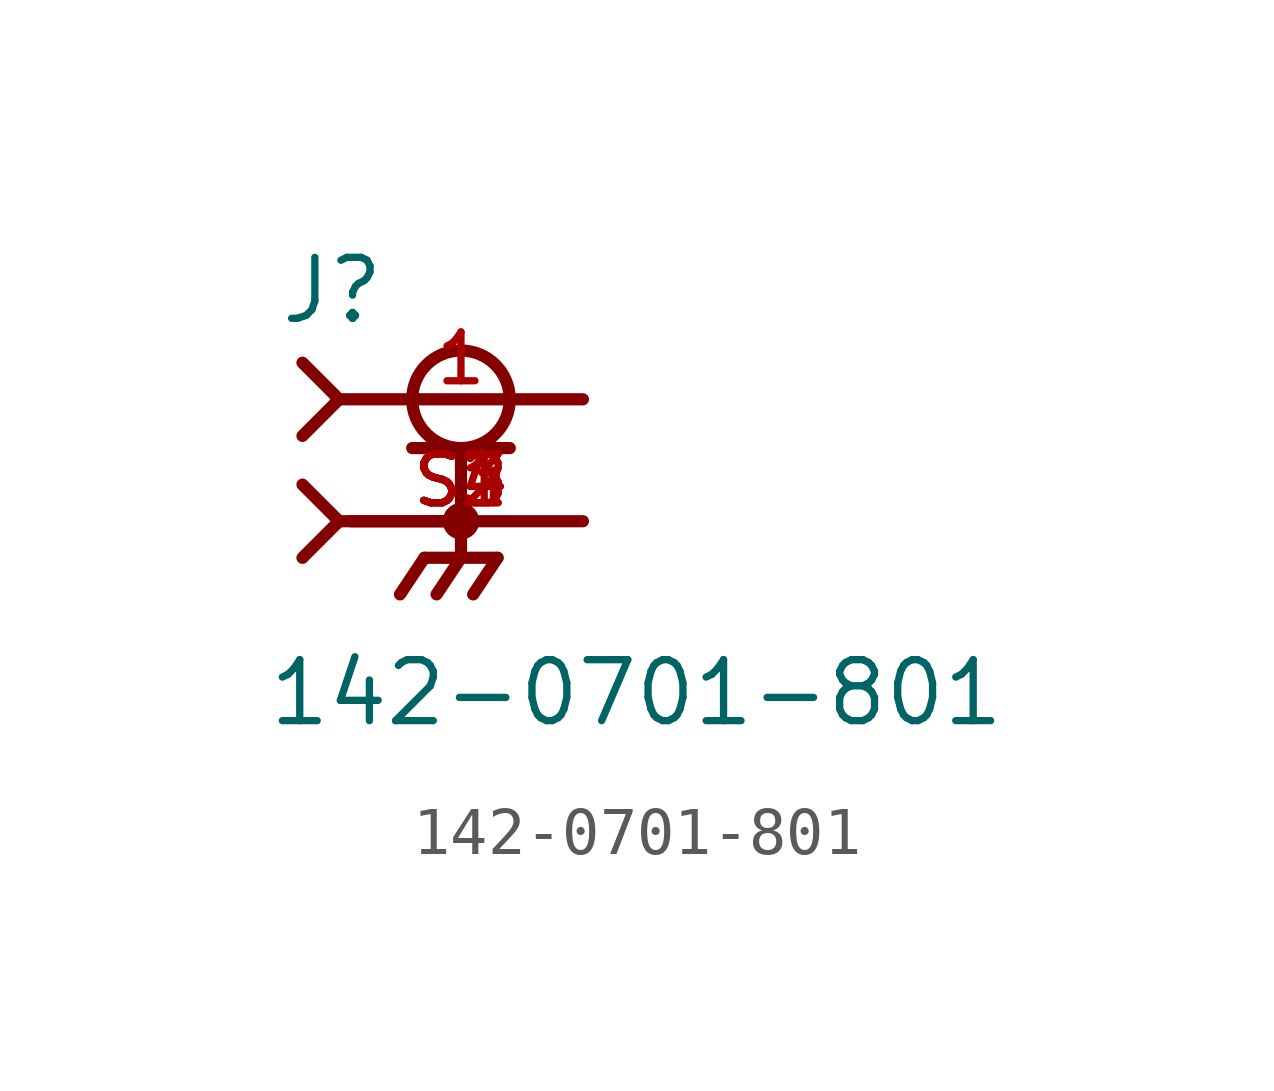
<source format=kicad_sym>
(kicad_symbol_lib
  (version 20211014)
  (generator kicad_symbol_editor)
  (symbol "142-0701-801"
    (pin_names
      (offset 1.016))
    (property "Reference" "J"
      (at -3.81 4.064 0)
      (effects (font (size 1.27 1.27)) (justify bottom left)))
    (property "Value" "142-0701-801"
      (at -4.064 -4.318 0)
      (effects (font (size 1.27 1.27)) (justify bottom left)))
    (symbol "142-0701-801_0_0"
      (circle (center 0.0 2.54) (radius 1.016) (stroke (width 0.254)) (fill (type none)))
      (polyline (pts (xy -1.016 1.524) (xy 0.0 1.524)) (stroke (width 0.254)))
      (polyline (pts (xy 0.0 1.524) (xy 1.016 1.524)) (stroke (width 0.254)))
      (polyline (pts (xy 0.0 0.0) (xy -2.286 0.0)) (stroke (width 0.254)))
      (polyline (pts (xy -3.302 3.302) (xy -2.54 2.54)) (stroke (width 0.254)))
      (polyline (pts (xy -3.302 1.778) (xy -2.54 2.54)) (stroke (width 0.254)))
      (polyline (pts (xy 0.0 1.524) (xy 0.0 0.0)) (stroke (width 0.254)))
      (circle (center 0.0 0.0) (radius 0.254) (stroke (width 0.254)) (fill (type none)))
      (polyline (pts (xy -2.54 2.54) (xy 2.54 2.54)) (stroke (width 0.254)))
      (polyline (pts (xy 2.54 0.0) (xy 0.0 0.0)) (stroke (width 0.254)))
      (polyline (pts (xy 0.0 0.0) (xy 0.0 -0.762)) (stroke (width 0.254)))
      (polyline (pts (xy 0.0 -0.762) (xy -0.762 -0.762)) (stroke (width 0.254)))
      (polyline (pts (xy 0.0 -0.762) (xy 0.762 -0.762)) (stroke (width 0.254)))
      (polyline (pts (xy -0.762 -0.762) (xy -1.27 -1.524)) (stroke (width 0.254)))
      (polyline (pts (xy 0.0 -0.762) (xy -0.508 -1.524)) (stroke (width 0.254)))
      (polyline (pts (xy 0.762 -0.762) (xy 0.254 -1.524)) (stroke (width 0.254)))
      (polyline (pts (xy -3.302 0.762) (xy -2.54 0.0)) (stroke (width 0.254)))
      (polyline (pts (xy -3.302 -0.762) (xy -2.54 0.0)) (stroke (width 0.254)))
      (polyline (pts (xy -2.54 0.0) (xy 0.0 0.0)) (stroke (width 0.254)))
      (pin passive line (at 2.54 2.54 180.0) (length 5.08) (name "~" (effects (font (size 1.016 1.016)))) (number "1" (effects (font (size 1.016 1.016)))))
      (pin passive line (at 2.54 0.0 180.0) (length 5.08) (name "~" (effects (font (size 1.016 1.016)))) (number "S1" (effects (font (size 1.016 1.016)))))
      (pin passive line (at 2.54 0.0 180.0) (length 5.08) (name "~" (effects (font (size 1.016 1.016)))) (number "S2" (effects (font (size 1.016 1.016)))))
      (pin passive line (at 2.54 0.0 180.0) (length 5.08) (name "~" (effects (font (size 1.016 1.016)))) (number "S3" (effects (font (size 1.016 1.016)))))
      (pin passive line (at 2.54 0.0 180.0) (length 5.08) (name "~" (effects (font (size 1.016 1.016)))) (number "S4" (effects (font (size 1.016 1.016))))))))
</source>
